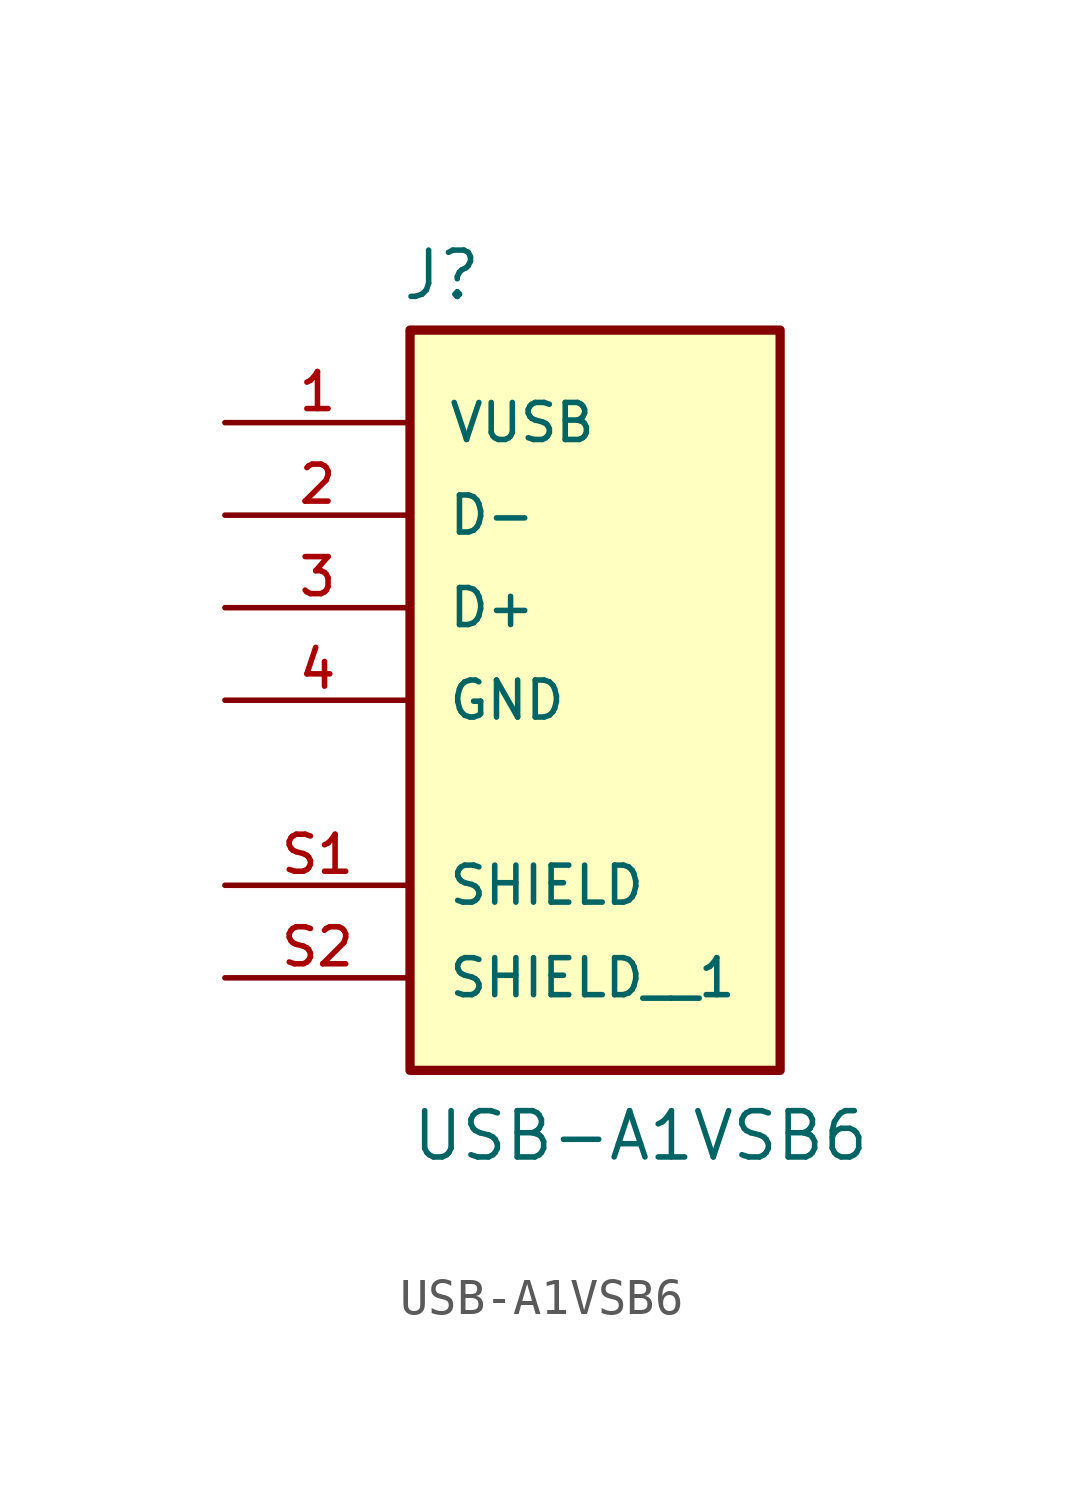
<source format=kicad_sym>
(kicad_symbol_lib
  (version 20211014)
  (generator kicad_symbol_editor)
  (symbol "USB-A1VSB6"
    (pin_names
      (offset 1.016))
    (property "Reference" "J"
      (at -5.334 8.382 0)
      (effects (font (size 1.27 1.27)) (justify bottom left)))
    (property "Value" "USB-A1VSB6"
      (at -5.08 -15.24 0)
      (effects (font (size 1.27 1.27)) (justify bottom left)))
    (symbol "USB-A1VSB6_0_0"
      (rectangle (start -5.08 -12.7) (end 5.08 7.62) (stroke (width 0.254)) (fill (type background)))
      (pin passive line (at -10.16 5.08 0) (length 5.08) (name "VUSB" (effects (font (size 1.016 1.016)))) (number "1" (effects (font (size 1.016 1.016)))))
      (pin passive line (at -10.16 2.54 0) (length 5.08) (name "D-" (effects (font (size 1.016 1.016)))) (number "2" (effects (font (size 1.016 1.016)))))
      (pin passive line (at -10.16 0.0 0) (length 5.08) (name "D+" (effects (font (size 1.016 1.016)))) (number "3" (effects (font (size 1.016 1.016)))))
      (pin passive line (at -10.16 -2.54 0) (length 5.08) (name "GND" (effects (font (size 1.016 1.016)))) (number "4" (effects (font (size 1.016 1.016)))))
      (pin passive line (at -10.16 -7.62 0) (length 5.08) (name "SHIELD" (effects (font (size 1.016 1.016)))) (number "S1" (effects (font (size 1.016 1.016)))))
      (pin passive line (at -10.16 -10.16 0) (length 5.08) (name "SHIELD__1" (effects (font (size 1.016 1.016)))) (number "S2" (effects (font (size 1.016 1.016))))))))
</source>
